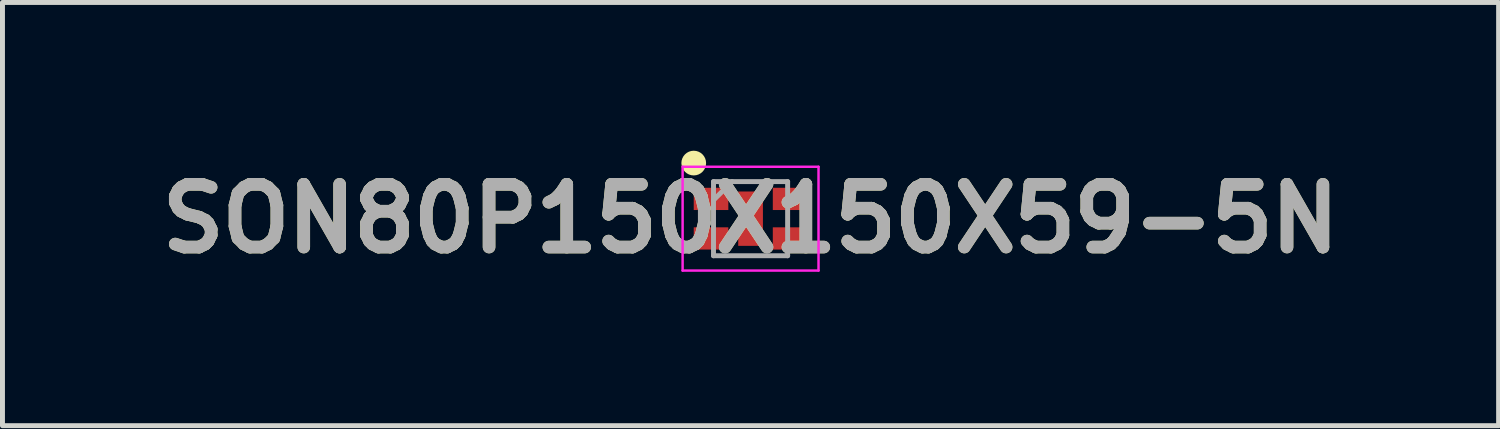
<source format=kicad_pcb>
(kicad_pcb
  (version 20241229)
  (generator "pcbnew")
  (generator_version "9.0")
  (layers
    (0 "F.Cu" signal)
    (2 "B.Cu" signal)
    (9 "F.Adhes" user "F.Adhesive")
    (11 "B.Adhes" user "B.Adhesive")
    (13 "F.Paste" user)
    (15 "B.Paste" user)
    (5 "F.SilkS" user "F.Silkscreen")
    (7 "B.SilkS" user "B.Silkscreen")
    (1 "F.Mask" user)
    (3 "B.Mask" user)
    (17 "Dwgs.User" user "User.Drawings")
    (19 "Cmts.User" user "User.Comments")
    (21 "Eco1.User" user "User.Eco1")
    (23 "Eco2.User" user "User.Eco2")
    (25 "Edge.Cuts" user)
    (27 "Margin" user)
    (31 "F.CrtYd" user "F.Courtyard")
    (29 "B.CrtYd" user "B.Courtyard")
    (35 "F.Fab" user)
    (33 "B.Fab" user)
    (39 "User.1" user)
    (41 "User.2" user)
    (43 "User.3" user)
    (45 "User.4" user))
  (footprint "SON80P150X150X59-5N"
    (layer "F.Cu")
    (at 12.138 1.375)
    (property "Reference" "SON80P150X150X59-5N" (at 0 0 0) (layer "F.SilkS") (effects (font (size 1.27 1.27) (thickness 0.254))))
    (attr smd)
    (fp_circle (center -1.15 -1.125) (end -1.15 -1) (stroke (width 0.25) (type solid)) (fill no) (layer "F.SilkS"))
    (fp_line (start -1.375 -1.05) (end 1.375 -1.05) (stroke (width 0.05) (type solid)) (layer "F.CrtYd"))
    (fp_line (start -1.375 1.05) (end -1.375 -1.05) (stroke (width 0.05) (type solid)) (layer "F.CrtYd"))
    (fp_line (start 1.375 -1.05) (end 1.375 1.05) (stroke (width 0.05) (type solid)) (layer "F.CrtYd"))
    (fp_line (start 1.375 1.05) (end -1.375 1.05) (stroke (width 0.05) (type solid)) (layer "F.CrtYd"))
    (fp_line (start -0.75 -0.75) (end 0.75 -0.75) (stroke (width 0.1) (type solid)) (layer "F.Fab"))
    (fp_line (start -0.75 -0.375) (end -0.375 -0.75) (stroke (width 0.1) (type solid)) (layer "F.Fab"))
    (fp_line (start -0.75 0.75) (end -0.75 -0.75) (stroke (width 0.1) (type solid)) (layer "F.Fab"))
    (fp_line (start 0.75 -0.75) (end 0.75 0.75) (stroke (width 0.1) (type solid)) (layer "F.Fab"))
    (fp_line (start 0.75 0.75) (end -0.75 0.75) (stroke (width 0.1) (type solid)) (layer "F.Fab"))
    (fp_text user "${REFERENCE}" (at 0 0 0) (layer "F.Fab") (effects (font (size 1.27 1.27) (thickness 0.254))))
    (pad "1" smd rect (at -0.8 -0.4 90) (size 0.45 0.7) (layers "F.Cu" "F.Mask" "F.Paste"))
    (pad "2" smd rect (at -0.8 0.4 90) (size 0.45 0.7) (layers "F.Cu" "F.Mask" "F.Paste"))
    (pad "3" smd rect (at 0.8 0.4 90) (size 0.45 0.7) (layers "F.Cu" "F.Mask" "F.Paste"))
    (pad "4" smd rect (at 0.8 -0.4 90) (size 0.45 0.7) (layers "F.Cu" "F.Mask" "F.Paste"))
    (pad "5" smd rect (at 0 0) (size 0.5 1.1) (layers "F.Cu" "F.Mask" "F.Paste")))
  (gr_rect
    (start -3 -3)
    (end 27.275 5.564)
    (stroke (width 0.1) (type default))
    (fill no)
    (layer "Edge.Cuts")))
</source>
